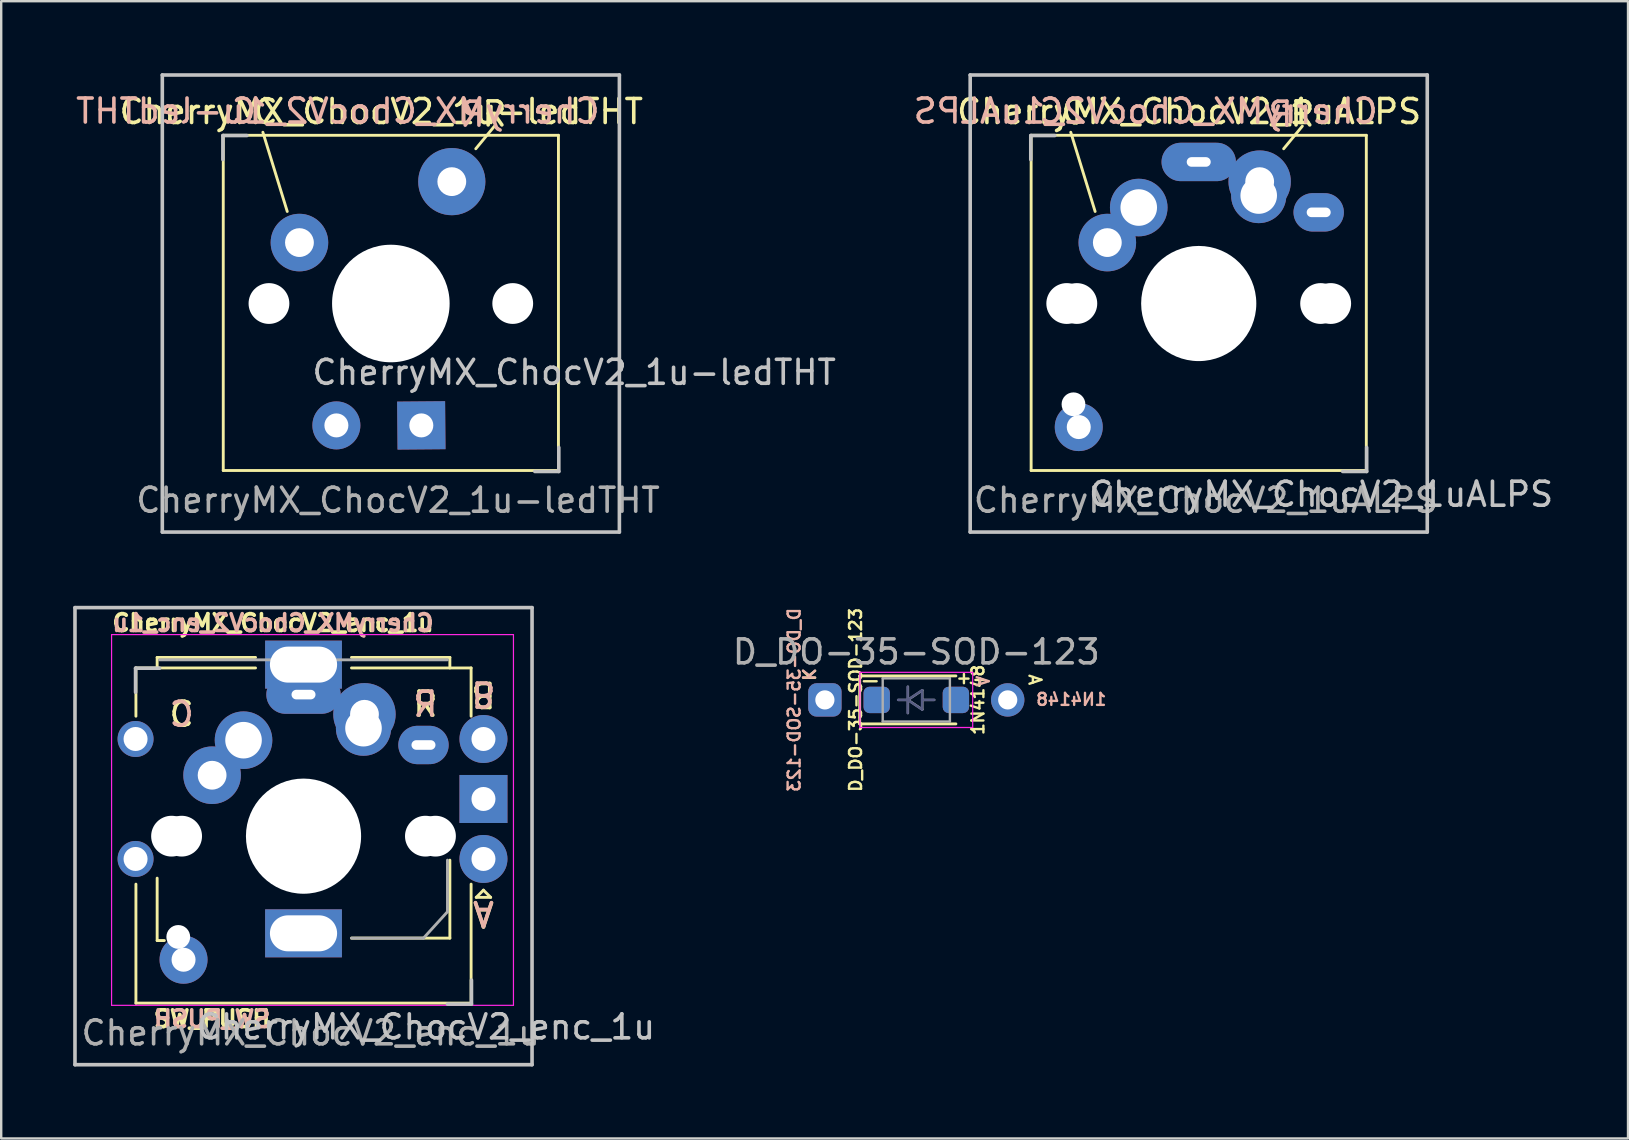
<source format=kicad_pcb>
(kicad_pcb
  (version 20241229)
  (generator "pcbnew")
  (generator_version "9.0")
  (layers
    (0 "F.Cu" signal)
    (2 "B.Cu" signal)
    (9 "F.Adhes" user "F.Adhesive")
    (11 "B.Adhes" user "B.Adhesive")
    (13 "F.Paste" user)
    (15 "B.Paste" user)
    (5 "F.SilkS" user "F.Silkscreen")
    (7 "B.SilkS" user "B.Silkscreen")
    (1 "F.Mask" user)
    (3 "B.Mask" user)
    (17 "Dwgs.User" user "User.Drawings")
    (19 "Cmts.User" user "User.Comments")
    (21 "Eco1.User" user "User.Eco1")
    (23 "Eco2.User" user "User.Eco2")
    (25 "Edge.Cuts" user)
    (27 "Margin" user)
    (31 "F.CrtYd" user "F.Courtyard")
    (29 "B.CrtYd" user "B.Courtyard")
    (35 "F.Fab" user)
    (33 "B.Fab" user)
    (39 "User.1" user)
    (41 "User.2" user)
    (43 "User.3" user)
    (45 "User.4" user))
  (footprint "CherryMX_ChocV2_enc_1u"
    (layer "F.Cu")
    (at 9.6 31.8)
    (property "Reference" "CherryMX_ChocV2_enc_1u" (at 5.1 7.95 180) (layer "Dwgs.User") (effects (font (size 1 1) (thickness 0.15))))
    (property "Value" "SW_PUSH" (at 0 7.9 180) (layer "Dwgs.User") (hide yes) (effects (font (size 1 1) (thickness 0.15))))
    (attr through_hole)
    (fp_line (start -6.985 -7.011) (end -2 -7.011) (stroke (width 0.12) (type solid)) (layer "F.SilkS"))
    (fp_line (start -6.985 -5) (end -6.985 -7.011) (stroke (width 0.12) (type solid)) (layer "F.SilkS"))
    (fp_line (start -6.985 6.959) (end -6.985 2) (stroke (width 0.12) (type solid)) (layer "F.SilkS"))
    (fp_line (start -6.1 -7.45) (end -2 -7.45) (stroke (width 0.12) (type solid)) (layer "F.SilkS"))
    (fp_line (start -6.1 -7.01) (end -6.1 -7.45) (stroke (width 0.12) (type solid)) (layer "F.SilkS"))
    (fp_line (start -6.1 4.35) (end -6.1 1.75) (stroke (width 0.12) (type solid)) (layer "F.SilkS"))
    (fp_line (start -5.8 4.35) (end -6.1 4.35) (stroke (width 0.12) (type solid)) (layer "F.SilkS"))
    (fp_line (start 2 -7.45) (end 6.1 -7.45) (stroke (width 0.12) (type solid)) (layer "F.SilkS"))
    (fp_line (start 2 -7.011) (end 6.985 -7.011) (stroke (width 0.12) (type solid)) (layer "F.SilkS"))
    (fp_line (start 2 4.25) (end 6.1 4.25) (stroke (width 0.12) (type solid)) (layer "F.SilkS"))
    (fp_line (start 6.1 -7.01) (end 6.1 -7.45) (stroke (width 0.12) (type solid)) (layer "F.SilkS"))
    (fp_line (start 6.1 4.25) (end 6.1 1) (stroke (width 0.12) (type solid)) (layer "F.SilkS"))
    (fp_line (start 6.985 -7.011) (end 6.985 -5) (stroke (width 0.12) (type solid)) (layer "F.SilkS"))
    (fp_line (start 6.985 6.959) (end -6.985 6.959) (stroke (width 0.12) (type solid)) (layer "F.SilkS"))
    (fp_line (start 6.985 6.959) (end 6.985 2) (stroke (width 0.12) (type solid)) (layer "F.SilkS"))
    (fp_line (start 7.2 2.55) (end 7.5 2.25) (stroke (width 0.12) (type solid)) (layer "F.SilkS"))
    (fp_line (start 7.5 2.25) (end 7.8 2.55) (stroke (width 0.12) (type solid)) (layer "F.SilkS"))
    (fp_line (start 7.8 2.55) (end 7.2 2.55) (stroke (width 0.12) (type solid)) (layer "F.SilkS"))
    (fp_line (start -9.525 -9.525) (end 9.525 -9.525) (stroke (width 0.15) (type solid)) (layer "Dwgs.User"))
    (fp_line (start -9.525 9.525) (end -9.525 -9.525) (stroke (width 0.15) (type solid)) (layer "Dwgs.User"))
    (fp_line (start -7 -7) (end -6 -7) (stroke (width 0.15) (type solid)) (layer "Dwgs.User"))
    (fp_line (start -7 -6) (end -7 -7) (stroke (width 0.15) (type solid)) (layer "Dwgs.User"))
    (fp_line (start 6 7) (end 7 7) (stroke (width 0.15) (type solid)) (layer "Dwgs.User"))
    (fp_line (start 7 7) (end 7 6) (stroke (width 0.15) (type solid)) (layer "Dwgs.User"))
    (fp_line (start 9.525 -9.525) (end 9.525 9.525) (stroke (width 0.15) (type solid)) (layer "Dwgs.User"))
    (fp_line (start 9.525 9.525) (end -9.525 9.525) (stroke (width 0.15) (type solid)) (layer "Dwgs.User"))
    (fp_line (start -8 -8.4) (end -8 7.05) (stroke (width 0.05) (type solid)) (layer "F.CrtYd"))
    (fp_line (start -8 -8.4) (end 8.75 -8.4) (stroke (width 0.05) (type solid)) (layer "F.CrtYd"))
    (fp_line (start 8.75 7.05) (end -8 7.05) (stroke (width 0.05) (type solid)) (layer "F.CrtYd"))
    (fp_line (start 8.75 7.05) (end 8.75 -8.4) (stroke (width 0.05) (type solid)) (layer "F.CrtYd"))
    (fp_line (start -6 -7.35) (end 6 -7.35) (stroke (width 0.12) (type solid)) (layer "F.Fab"))
    (fp_line (start 5 4.25) (end 2 4.25) (stroke (width 0.12) (type solid)) (layer "F.Fab"))
    (fp_line (start 6 1) (end 6 3.15) (stroke (width 0.12) (type solid)) (layer "F.Fab"))
    (fp_line (start 6 3.15) (end 5 4.25) (stroke (width 0.12) (type solid)) (layer "F.Fab"))
    (fp_text user "R" (at 5.08 -5.5 0) (unlocked yes) (layer "F.SilkS") (effects (font (size 1 1) (thickness 0.15))))
    (fp_text user "B" (at 7.5 -5.908 180) (unlocked yes) (layer "F.SilkS") (effects (font (size 1 1) (thickness 0.15))))
    (fp_text user "A" (at 7.5 3.236 180) (unlocked yes) (layer "F.SilkS") (effects (font (size 1 1) (thickness 0.15))))
    (fp_text user "${REFERENCE}" (at -1.27 -8.89 0) (unlocked yes) (layer "F.SilkS") (effects (font (size 0.7 0.7) (thickness 0.15))))
    (fp_text user "${VALUE}" (at -3.81 7.62 0) (layer "F.SilkS") (effects (font (size 0.7 0.7) (thickness 0.15))))
    (fp_text user "C" (at -5.08 -5.08 0) (unlocked yes) (layer "F.SilkS") (effects (font (size 1 1) (thickness 0.15))))
    (fp_text user "C" (at -5.08 -5.08 0) (unlocked yes) (layer "B.SilkS") (effects (font (size 1 1) (thickness 0.15)) (justify mirror)))
    (fp_text user "${REFERENCE}" (at -1.27 -8.89 0) (unlocked yes) (layer "B.SilkS") (effects (font (size 0.7 0.7) (thickness 0.15)) (justify mirror)))
    (fp_text user "${VALUE}" (at -3.81 7.62 0) (layer "B.SilkS") (effects (font (size 0.7 0.7) (thickness 0.15)) (justify mirror)))
    (fp_text user "B" (at 7.5 -5.925 180) (unlocked yes) (layer "B.SilkS") (effects (font (size 1 1) (thickness 0.15)) (justify mirror)))
    (fp_text user "A" (at 7.5 3.225 180) (unlocked yes) (layer "B.SilkS") (effects (font (size 1 1) (thickness 0.15)) (justify mirror)))
    (fp_text user "R" (at 5.08 -5.5 0) (unlocked yes) (layer "B.SilkS") (effects (font (size 1 1) (thickness 0.15)) (justify mirror)))
    (fp_text user "${REFERENCE}" (at 0.3 8.2 0) (unlocked yes) (layer "F.Fab") (effects (font (size 1 1) (thickness 0.15))))
    (pad "" np_thru_hole circle (at -5.5 0) (size 1.7 1.7) (drill 1.7) (layers "*.Cu" "*.Mask"))
    (pad "" np_thru_hole circle (at -5.22 4.2) (size 0.991 0.991) (drill 0.991) (layers "*.Cu" "*.Mask"))
    (pad "" np_thru_hole circle (at -5.08 0) (size 1.7 1.7) (drill 1.7) (layers "*.Cu" "*.Mask"))
    (pad "" thru_hole circle (at -5 5.15 0.5) (size 2 2) (drill 1) (layers "*.Cu" "*.Mask"))
    (pad "" thru_hole rect (at 0 -7.15 180) (size 3.2 2) (drill oval 2.8 1.5) (layers "*.Cu" "*.Mask"))
    (pad "" np_thru_hole circle (at 0 0 90) (size 4.8 4.8) (drill 4.8) (layers "*.Cu" "*.Mask"))
    (pad "" thru_hole rect (at 0 4.05 180) (size 3.2 2) (drill oval 2.8 1.5) (layers "*.Cu" "*.Mask"))
    (pad "" np_thru_hole circle (at 5.08 0) (size 1.7 1.7) (drill 1.7) (layers "*.Cu" "*.Mask"))
    (pad "" np_thru_hole circle (at 5.5 0) (size 1.7 1.7) (drill 1.7) (layers "*.Cu" "*.Mask"))
    (pad "1" thru_hole circle (at -7 0.95 180) (size 1.5 1.5) (drill 1) (layers "*.Cu" "*.Mask"))
    (pad "1" thru_hole oval (at 0 -5.9) (size 3.1 1.6) (drill oval 1 0.4) (layers "*.Cu" "*.Mask"))
    (pad "1" thru_hole circle (at 2.5 -4.5) (size 2.3 2.3) (drill 1.524) (layers "*.Cu" "*.Mask"))
    (pad "1" thru_hole circle (at 2.54 -5.08) (size 2.6 2.6) (drill 1.2) (layers "*.Cu" "*.Mask"))
    (pad "2" thru_hole circle (at -7 -4.05 180) (size 1.5 1.5) (drill 1) (layers "*.Cu" "*.Mask"))
    (pad "2" thru_hole circle (at -3.81 -2.54) (size 2.4 2.4) (drill 1.2) (layers "*.Cu" "*.Mask"))
    (pad "2" thru_hole circle (at -2.5 -4) (size 2.4 2.4) (drill 1.524) (layers "*.Cu" "*.Mask"))
    (pad "2" thru_hole oval (at 5 -3.8) (size 2.1 1.6) (drill oval 1 0.4) (layers "*.Cu" "*.Mask"))
    (pad "A" thru_hole circle (at 7.5 0.95 180) (size 2 2) (drill 1) (layers "*.Cu" "*.Mask"))
    (pad "B" thru_hole circle (at 7.5 -4.05 180) (size 2 2) (drill 1) (layers "*.Cu" "*.Mask"))
    (pad "C" thru_hole rect (at 7.5 -1.55 180) (size 2 2) (drill 1) (layers "*.Cu" "*.Mask")))
  (footprint "D_DO-35-SOD-123"
    (layer "F.Cu")
    (at 35.14 26.121)
    (property "Reference" "D_DO-35-SOD-123" (at -2.53 0 90) (layer "F.SilkS") (effects (font (size 0.5 0.5) (thickness 0.1) (bold yes))))
    (property "Value" "1N4148" (at 0 2.1 0) (layer "F.Fab") (hide yes) (effects (font (size 1 1) (thickness 0.15))))
    (attr smd)
    (fp_line (start -2.36 -1) (end -2.36 1) (stroke (width 0.12) (type solid)) (layer "F.SilkS"))
    (fp_line (start -2.36 -1) (end 1.65 -1) (stroke (width 0.12) (type solid)) (layer "F.SilkS"))
    (fp_line (start -2.36 1) (end 1.65 1) (stroke (width 0.12) (type solid)) (layer "F.SilkS"))
    (fp_line (start -2.35 -1.15) (end -2.35 1.15) (stroke (width 0.05) (type solid)) (layer "F.CrtYd"))
    (fp_line (start -2.35 -1.15) (end 2.35 -1.15) (stroke (width 0.05) (type solid)) (layer "F.CrtYd"))
    (fp_line (start 2.35 -1.15) (end 2.35 1.15) (stroke (width 0.05) (type solid)) (layer "F.CrtYd"))
    (fp_line (start 2.35 1.15) (end -2.35 1.15) (stroke (width 0.05) (type solid)) (layer "F.CrtYd"))
    (fp_line (start -0.76 0) (end -0.36 0) (stroke (width 0.1) (type solid)) (layer "B.Fab"))
    (fp_line (start -0.36 0) (end -0.36 -0.55) (stroke (width 0.1) (type solid)) (layer "B.Fab"))
    (fp_line (start -0.36 0) (end -0.36 0.55) (stroke (width 0.1) (type solid)) (layer "B.Fab"))
    (fp_line (start -0.36 0) (end 0.24 0.4) (stroke (width 0.1) (type solid)) (layer "B.Fab"))
    (fp_line (start 0.24 -0.4) (end -0.36 0) (stroke (width 0.1) (type solid)) (layer "B.Fab"))
    (fp_line (start 0.24 0) (end 0.74 0) (stroke (width 0.1) (type solid)) (layer "B.Fab"))
    (fp_line (start 0.24 0.4) (end 0.24 -0.4) (stroke (width 0.1) (type solid)) (layer "B.Fab"))
    (fp_line (start -1.4 -0.9) (end 1.4 -0.9) (stroke (width 0.1) (type solid)) (layer "F.Fab"))
    (fp_line (start -1.4 0.9) (end -1.4 -0.9) (stroke (width 0.1) (type solid)) (layer "F.Fab"))
    (fp_line (start -0.75 0) (end -0.35 0) (stroke (width 0.1) (type solid)) (layer "F.Fab"))
    (fp_line (start -0.35 0) (end -0.35 -0.55) (stroke (width 0.1) (type solid)) (layer "F.Fab"))
    (fp_line (start -0.35 0) (end -0.35 0.55) (stroke (width 0.1) (type solid)) (layer "F.Fab"))
    (fp_line (start -0.35 0) (end 0.25 -0.4) (stroke (width 0.1) (type solid)) (layer "F.Fab"))
    (fp_line (start 0.25 -0.4) (end 0.25 0.4) (stroke (width 0.1) (type solid)) (layer "F.Fab"))
    (fp_line (start 0.25 0) (end 0.75 0) (stroke (width 0.1) (type solid)) (layer "F.Fab"))
    (fp_line (start 0.25 0.4) (end -0.35 0) (stroke (width 0.1) (type solid)) (layer "F.Fab"))
    (fp_line (start 1.4 -0.9) (end 1.4 0.9) (stroke (width 0.1) (type solid)) (layer "F.Fab"))
    (fp_line (start 1.4 0.9) (end -1.4 0.9) (stroke (width 0.1) (type solid)) (layer "F.Fab"))
    (fp_text user "A" (at 4.65 -1.12 270) (unlocked yes) (layer "F.SilkS") (effects (font (size 0.5 0.5) (thickness 0.1)) (justify left bottom)))
    (fp_text user "K" (at -4.15 -0.74 90) (unlocked yes) (layer "F.SilkS") (effects (font (size 0.5 0.5) (thickness 0.1)) (justify left bottom)))
    (fp_text user "-" (at -2.42 -0.42 0) (unlocked yes) (layer "F.SilkS") (effects (font (size 0.7 0.7) (thickness 0.1)) (justify left bottom)))
    (fp_text user "${VALUE}" (at 2.57 0 90) (layer "F.SilkS") (effects (font (size 0.5 0.5) (thickness 0.1) (bold yes))))
    (fp_text user "+" (at 1.61 -0.63 0) (unlocked yes) (layer "F.SilkS") (effects (font (size 0.5 0.5) (thickness 0.1)) (justify left bottom)))
    (fp_text user "A" (at 2.45 -0.5 270) (unlocked yes) (layer "B.SilkS") (effects (font (size 0.5 0.5) (thickness 0.1)) (justify left bottom mirror)))
    (fp_text user "${VALUE}" (at 6.46 -0.02 180) (layer "B.SilkS") (effects (font (size 0.5 0.5) (thickness 0.1) (bold yes)) (justify mirror)))
    (fp_text user "K" (at -4.79 -0.75 270) (unlocked yes) (layer "B.SilkS") (effects (font (size 0.5 0.5) (thickness 0.1)) (justify left bottom mirror)))
    (fp_text user "${REFERENCE}" (at -5.09 0 270) (layer "B.SilkS") (effects (font (size 0.5 0.5) (thickness 0.1) (bold yes)) (justify mirror)))
    (fp_text user "${REFERENCE}" (at 0 -2 0) (layer "F.Fab") (effects (font (size 1 1) (thickness 0.15))))
    (pad "1" thru_hole roundrect (at -3.81 0) (size 1.391 1.391) (drill 0.8) (layers "*.Cu" "*.Mask") (roundrect_rratio 0.25))
    (pad "1" smd roundrect (at -1.65 0) (size 1.1 1.1) (layers "F.Cu" "F.Mask" "F.Paste") (roundrect_rratio 0.227))
    (pad "1" smd roundrect (at -1.65 0) (size 1.1 1.1) (layers "B.Cu" "B.Mask" "B.Paste") (roundrect_rratio 0.227))
    (pad "2" smd roundrect (at 1.65 0) (size 1.1 1.1) (layers "F.Cu" "F.Mask" "F.Paste") (roundrect_rratio 0.227))
    (pad "2" smd roundrect (at 1.65 0) (size 1.1 1.1) (layers "B.Cu" "B.Mask" "B.Paste") (roundrect_rratio 0.227))
    (pad "2" thru_hole circle (at 3.81 0) (size 1.391 1.391) (drill 0.8) (layers "*.Cu" "*.Mask")))
  (footprint "CherryMX_ChocV2_1uALPS"
    (layer "F.Cu")
    (at 46.911 9.6)
    (property "Reference" "CherryMX_ChocV2_1uALPS" (at 5.1 7.95 180) (layer "Dwgs.User") (effects (font (size 1 1) (thickness 0.15))))
    (attr through_hole)
    (fp_line (start -6.985 -7.011) (end 6.985 -7.011) (stroke (width 0.12) (type solid)) (layer "F.SilkS"))
    (fp_line (start -6.985 6.959) (end -6.985 -7.011) (stroke (width 0.12) (type solid)) (layer "F.SilkS"))
    (fp_line (start -4.318 -3.836) (end -5.334 -7.138) (stroke (width 0.12) (type solid)) (layer "F.SilkS"))
    (fp_line (start 4.318 -7.392) (end 3.54 -6.45) (stroke (width 0.12) (type solid)) (layer "F.SilkS"))
    (fp_line (start 6.985 -7.011) (end 6.985 6.959) (stroke (width 0.12) (type solid)) (layer "F.SilkS"))
    (fp_line (start 6.985 6.959) (end -6.985 6.959) (stroke (width 0.12) (type solid)) (layer "F.SilkS"))
    (fp_line (start -9.525 -9.525) (end 9.525 -9.525) (stroke (width 0.15) (type solid)) (layer "Dwgs.User"))
    (fp_line (start -9.525 9.525) (end -9.525 -9.525) (stroke (width 0.15) (type solid)) (layer "Dwgs.User"))
    (fp_line (start -7 -7) (end -6 -7) (stroke (width 0.15) (type solid)) (layer "Dwgs.User"))
    (fp_line (start -7 -6) (end -7 -7) (stroke (width 0.15) (type solid)) (layer "Dwgs.User"))
    (fp_line (start 6 7) (end 7 7) (stroke (width 0.15) (type solid)) (layer "Dwgs.User"))
    (fp_line (start 7 7) (end 7 6) (stroke (width 0.15) (type solid)) (layer "Dwgs.User"))
    (fp_line (start 9.525 -9.525) (end 9.525 9.525) (stroke (width 0.15) (type solid)) (layer "Dwgs.User"))
    (fp_line (start 9.525 9.525) (end -9.525 9.525) (stroke (width 0.15) (type solid)) (layer "Dwgs.User"))
    (fp_text user "${REFERENCE}" (at -0.4 -8 0) (unlocked yes) (layer "F.SilkS") (effects (font (size 1 1) (thickness 0.15))))
    (fp_text user "R" (at 4.318 -7.9 0) (unlocked yes) (layer "F.SilkS") (effects (font (size 1 1) (thickness 0.15))))
    (fp_text user "C" (at -5.22 -7.99 0) (unlocked yes) (layer "F.SilkS") (effects (font (size 1 1) (thickness 0.15))))
    (fp_text user "R" (at 3.41 -7.89 0) (unlocked yes) (layer "B.SilkS") (effects (font (size 1 1) (thickness 0.15)) (justify mirror)))
    (fp_text user "C" (at -6.12 -8.02 0) (unlocked yes) (layer "B.SilkS") (effects (font (size 1 1) (thickness 0.15)) (justify mirror)))
    (fp_text user "${REFERENCE}" (at -2.21 -8.02 0) (unlocked yes) (layer "B.SilkS") (effects (font (size 1 1) (thickness 0.15)) (justify mirror)))
    (fp_text user "${REFERENCE}" (at 0.3 8.2 0) (unlocked yes) (layer "F.Fab") (effects (font (size 1 1) (thickness 0.15))))
    (pad "" np_thru_hole circle (at -5.5 0) (size 1.702 1.702) (drill 1.702) (layers "*.Cu" "*.Mask"))
    (pad "" np_thru_hole circle (at -5.22 4.2) (size 0.991 0.991) (drill 0.991) (layers "*.Cu" "*.Mask"))
    (pad "" np_thru_hole circle (at -5.08 0) (size 1.7 1.7) (drill 1.7) (layers "*.Cu" "*.Mask"))
    (pad "" thru_hole circle (at -5 5.15 0.5) (size 2 2) (drill 1) (layers "*.Cu" "*.Mask"))
    (pad "" np_thru_hole circle (at 0 0 90) (size 4.8 4.8) (drill 4.8) (layers "*.Cu" "*.Mask"))
    (pad "" np_thru_hole circle (at 5.08 0) (size 1.7 1.7) (drill 1.7) (layers "*.Cu" "*.Mask"))
    (pad "" np_thru_hole circle (at 5.5 0) (size 1.702 1.702) (drill 1.702) (layers "*.Cu" "*.Mask"))
    (pad "1" thru_hole oval (at 0 -5.9) (size 3.1 1.6) (drill oval 1 0.4) (layers "*.Cu" "*.Mask"))
    (pad "1" thru_hole circle (at 2.5 -4.5) (size 2.3 2.3) (drill 1.524) (layers "*.Cu" "*.Mask"))
    (pad "1" thru_hole circle (at 2.54 -5.08) (size 2.6 2.6) (drill 1.2) (layers "*.Cu" "*.Mask"))
    (pad "2" thru_hole circle (at -3.81 -2.54) (size 2.4 2.4) (drill 1.2) (layers "*.Cu" "*.Mask"))
    (pad "2" thru_hole circle (at -2.5 -4) (size 2.4 2.4) (drill 1.524) (layers "*.Cu" "*.Mask"))
    (pad "2" thru_hole oval (at 5 -3.8) (size 2.1 1.6) (drill oval 1 0.4) (layers "*.Cu" "*.Mask")))
  (footprint "CherryMX_ChocV2_1u-ledTHT"
    (layer "F.Cu")
    (at 15.78 4.52)
    (property "Reference" "CherryMX_ChocV2_1u-ledTHT" (at 5.1 7.95 180) (layer "Dwgs.User") (effects (font (size 1 1) (thickness 0.15))))
    (attr through_hole)
    (fp_line (start -9.525 -1.931) (end 4.445 -1.931) (stroke (width 0.12) (type solid)) (layer "F.SilkS"))
    (fp_line (start -9.525 12.039) (end -9.525 -1.931) (stroke (width 0.12) (type solid)) (layer "F.SilkS"))
    (fp_line (start -6.858 1.244) (end -7.874 -2.058) (stroke (width 0.12) (type solid)) (layer "F.SilkS"))
    (fp_line (start 1.778 -2.312) (end 1 -1.37) (stroke (width 0.12) (type solid)) (layer "F.SilkS"))
    (fp_line (start 4.445 -1.931) (end 4.445 12.039) (stroke (width 0.12) (type solid)) (layer "F.SilkS"))
    (fp_line (start 4.445 12.039) (end -9.525 12.039) (stroke (width 0.12) (type solid)) (layer "F.SilkS"))
    (fp_line (start -12.065 -4.445) (end 6.985 -4.445) (stroke (width 0.15) (type solid)) (layer "Dwgs.User"))
    (fp_line (start -12.065 14.605) (end -12.065 -4.445) (stroke (width 0.15) (type solid)) (layer "Dwgs.User"))
    (fp_line (start -9.54 -1.92) (end -8.54 -1.92) (stroke (width 0.15) (type solid)) (layer "Dwgs.User"))
    (fp_line (start -9.54 -0.92) (end -9.54 -1.92) (stroke (width 0.15) (type solid)) (layer "Dwgs.User"))
    (fp_line (start 3.46 12.08) (end 4.46 12.08) (stroke (width 0.15) (type solid)) (layer "Dwgs.User"))
    (fp_line (start 4.46 12.08) (end 4.46 11.08) (stroke (width 0.15) (type solid)) (layer "Dwgs.User"))
    (fp_line (start 6.985 -4.445) (end 6.985 14.605) (stroke (width 0.15) (type solid)) (layer "Dwgs.User"))
    (fp_line (start 6.985 14.605) (end -12.065 14.605) (stroke (width 0.15) (type solid)) (layer "Dwgs.User"))
    (fp_text user "R" (at 1.778 -2.82 0) (unlocked yes) (layer "F.SilkS") (effects (font (size 1 1) (thickness 0.15))))
    (fp_text user "C" (at -7.76 -2.91 0) (unlocked yes) (layer "F.SilkS") (effects (font (size 1 1) (thickness 0.15))))
    (fp_text user "${REFERENCE}" (at -2.94 -2.92 0) (unlocked yes) (layer "F.SilkS") (effects (font (size 1 1) (thickness 0.15))))
    (fp_text user "R" (at 0.87 -2.81 0) (unlocked yes) (layer "B.SilkS") (effects (font (size 1 1) (thickness 0.15)) (justify mirror)))
    (fp_text user "${REFERENCE}" (at -4.75 -2.94 0) (unlocked yes) (layer "B.SilkS") (effects (font (size 1 1) (thickness 0.15)) (justify mirror)))
    (fp_text user "C" (at -8.66 -2.94 0) (unlocked yes) (layer "B.SilkS") (effects (font (size 1 1) (thickness 0.15)) (justify mirror)))
    (fp_text user "${REFERENCE}" (at -2.24 13.28 0) (unlocked yes) (layer "F.Fab") (effects (font (size 1 1) (thickness 0.15))))
    (pad "" np_thru_hole circle (at -7.62 5.08) (size 1.7 1.7) (drill 1.7) (layers "*.Cu" "*.Mask"))
    (pad "" np_thru_hole circle (at -2.54 5.08 90) (size 4.9 4.9) (drill 4.9) (layers "*.Cu" "*.Mask"))
    (pad "" np_thru_hole circle (at 2.54 5.08) (size 1.7 1.7) (drill 1.7) (layers "*.Cu" "*.Mask"))
    (pad "1" thru_hole circle (at 0 0) (size 2.8 2.8) (drill 1.2) (layers "*.Cu" "*.Mask"))
    (pad "2" thru_hole circle (at -6.35 2.54) (size 2.4 2.4) (drill 1.2) (layers "*.Cu" "*.Mask"))
    (pad "3" thru_hole circle (at -4.81 10.16 0.5) (size 2 2) (drill 1) (layers "*.Cu" "*.Mask"))
    (pad "4" thru_hole rect (at -1.27 10.16 0.5) (size 2 2) (drill 1) (layers "*.Cu" "*.Mask")))
  (gr_rect
    (start -3 -3)
    (end 64.803 44.4)
    (stroke (width 0.1) (type default))
    (fill no)
    (layer "Edge.Cuts")))
</source>
